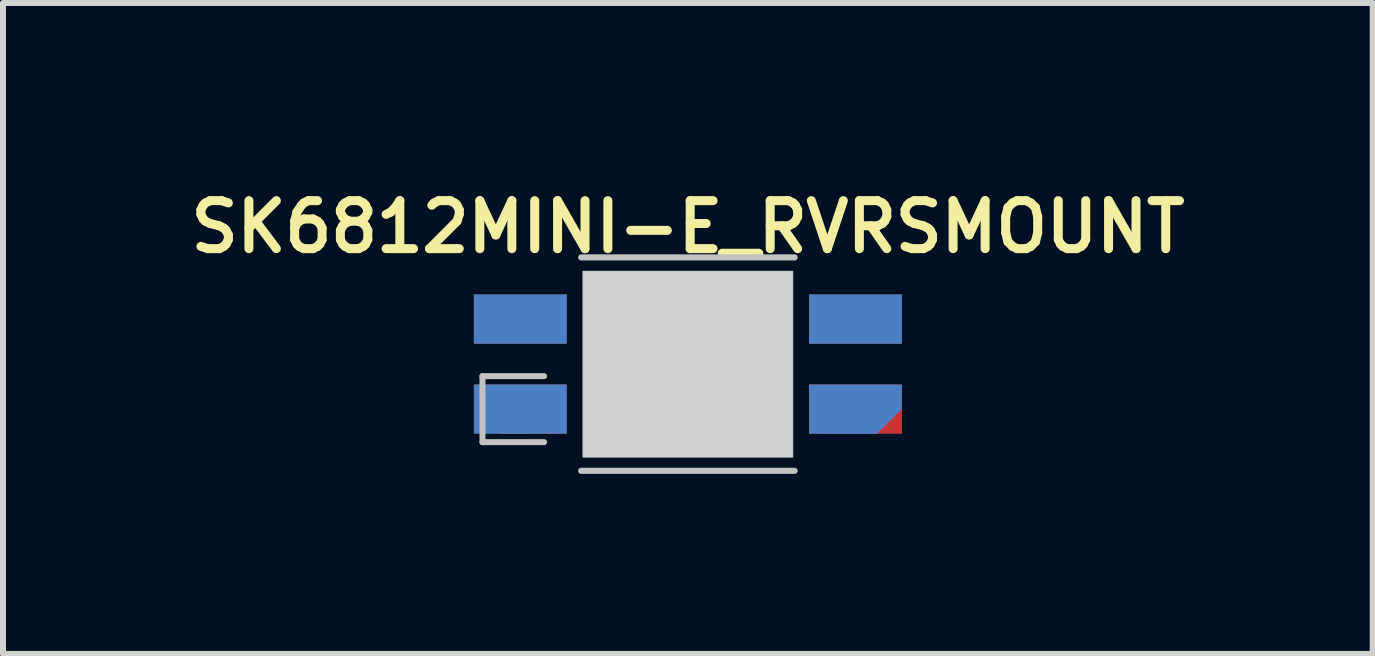
<source format=kicad_pcb>
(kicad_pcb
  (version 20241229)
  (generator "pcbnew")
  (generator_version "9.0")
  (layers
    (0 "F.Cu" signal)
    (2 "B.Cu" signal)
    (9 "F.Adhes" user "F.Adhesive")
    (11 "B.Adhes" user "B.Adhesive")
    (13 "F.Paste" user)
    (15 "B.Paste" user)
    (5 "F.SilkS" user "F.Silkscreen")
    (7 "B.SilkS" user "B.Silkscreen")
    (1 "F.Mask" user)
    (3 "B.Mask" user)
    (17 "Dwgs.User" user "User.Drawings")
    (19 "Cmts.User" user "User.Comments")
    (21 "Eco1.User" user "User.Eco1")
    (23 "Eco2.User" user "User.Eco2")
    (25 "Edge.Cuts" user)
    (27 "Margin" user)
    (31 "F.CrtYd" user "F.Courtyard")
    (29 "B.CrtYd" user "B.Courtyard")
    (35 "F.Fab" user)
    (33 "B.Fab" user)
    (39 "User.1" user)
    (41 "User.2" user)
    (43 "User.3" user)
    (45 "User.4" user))
  (footprint "SK6812MINI-E_RVRSMOUNT"
    (layer "F.Cu")
    (at 8.412 3.017)
    (property "Reference" "SK6812MINI-E_RVRSMOUNT" (at 0 -2.286 0) (layer "F.SilkS") (effects (font (size 0.8 0.8) (thickness 0.15))))
    (attr smd)
    (fp_line (start -3.423 0.2) (end -2.396 0.2) (stroke (width 0.1) (type solid)) (layer "Dwgs.User"))
    (fp_line (start -3.423 1.3) (end -3.423 0.2) (stroke (width 0.1) (type solid)) (layer "Dwgs.User"))
    (fp_line (start -2.396 1.3) (end -3.423 1.3) (stroke (width 0.1) (type solid)) (layer "Dwgs.User"))
    (fp_line (start -1.75 -1.55) (end 1.75 -1.55) (stroke (width 0.001) (type solid)) (layer "Dwgs.User"))
    (fp_line (start -1.75 1.55) (end -1.75 -1.55) (stroke (width 0.001) (type solid)) (layer "Dwgs.User"))
    (fp_line (start 1.75 -1.55) (end 1.75 1.55) (stroke (width 0.001) (type solid)) (layer "Dwgs.User"))
    (fp_line (start 1.75 1.55) (end -1.75 1.55) (stroke (width 0.001) (type solid)) (layer "Dwgs.User"))
    (fp_line (start 1.778 -1.778) (end -1.778 -1.778) (stroke (width 0.102) (type solid)) (layer "Dwgs.User"))
    (fp_line (start 1.778 1.778) (end -1.778 1.778) (stroke (width 0.102) (type solid)) (layer "Dwgs.User"))
    (fp_rect (start -1.75 -1.55) (end 1.75 1.55) (stroke (width 0.01) (type solid)) (fill yes) (layer "Edge.Cuts"))
    (pad "1" smd custom (at -2.794 -0.75) (size 1.35 0.635) (layers "B.Cu" "B.Mask" "B.Paste") (options (anchor rect)) (primitives (gr_poly (pts (xy 0.774 0.41) (xy -0.772 0.41) (xy -0.772 -0.41) (xy 0.774 -0.41)) (width 0.001) (fill yes))))
    (pad "1" smd custom (at 2.794 -0.75) (size 1.35 0.635) (layers "F.Cu" "F.Mask" "F.Paste") (options (anchor rect)) (primitives (gr_poly (pts (xy -0.774 0.41) (xy 0.772 0.41) (xy 0.772 -0.41) (xy -0.774 -0.41)) (width 0.001) (fill yes))))
    (pad "2" smd custom (at -2.794 0.75) (size 1.35 0.635) (layers "B.Cu" "B.Mask" "B.Paste") (options (anchor rect)) (primitives (gr_poly (pts (xy -0.772 -0.41) (xy -0.772 0.41) (xy 0.774 0.41) (xy 0.774 -0.41)) (width 0.001) (fill yes))))
    (pad "2" smd custom (at 2.794 0.75) (size 1.35 0.635) (layers "F.Cu" "F.Mask" "F.Paste") (options (anchor rect)) (primitives (gr_poly (pts (xy 0.772 -0.41) (xy 0.772 0.41) (xy -0.774 0.41) (xy -0.774 -0.41)) (width 0.001) (fill yes))))
    (pad "3" smd custom (at -2.794 0.75) (size 0.7 0.7) (layers "F.Cu" "F.Mask" "F.Paste") (options (anchor rect)) (primitives (gr_poly (pts (xy 0.774 -0.41) (xy 0.774 0.41) (xy -0.353 0.413) (xy -0.768 0.00041) (xy -0.772 -0.41)) (width 0) (fill yes))))
    (pad "3" smd custom (at 2.794 0.75) (size 0.7 0.7) (layers "B.Cu" "B.Mask" "B.Paste") (options (anchor rect)) (primitives (gr_poly (pts (xy -0.774 -0.41) (xy -0.774 0.41) (xy 0.353 0.413) (xy 0.768 0.00041) (xy 0.772 -0.41)) (width 0) (fill yes))))
    (pad "4" smd custom (at -2.794 -0.75) (size 1.35 0.635) (layers "F.Cu" "F.Mask" "F.Paste") (options (anchor rect)) (primitives (gr_poly (pts (xy 0.774 -0.41) (xy 0.774 0.41) (xy -0.772 0.41) (xy -0.772 -0.41)) (width 0.001) (fill yes))))
    (pad "4" smd custom (at 2.794 -0.75) (size 1.35 0.635) (layers "B.Cu" "B.Mask" "B.Paste") (options (anchor rect)) (primitives (gr_poly (pts (xy -0.774 -0.41) (xy -0.774 0.41) (xy 0.772 0.41) (xy 0.772 -0.41)) (width 0.001) (fill yes)))))
  (gr_rect
    (start -3 -3)
    (end 19.823 7.846)
    (stroke (width 0.1) (type default))
    (fill no)
    (layer "Edge.Cuts")))
</source>
